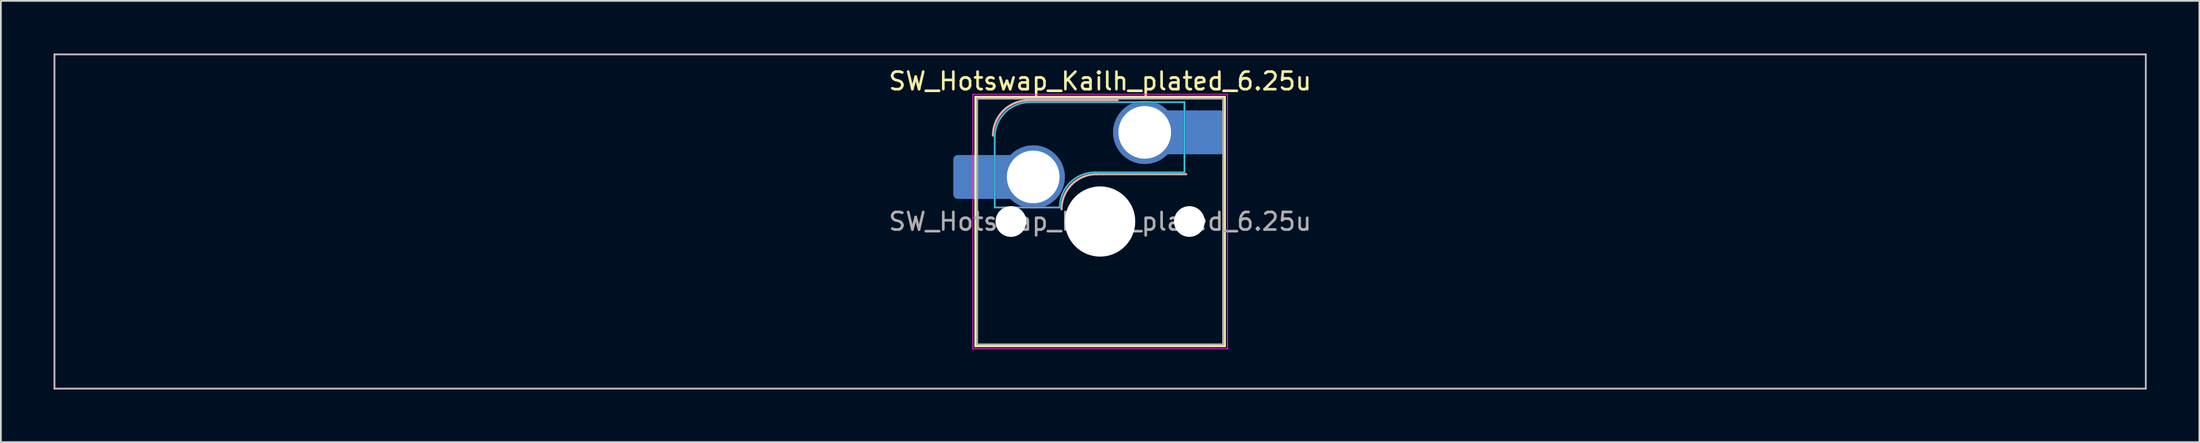
<source format=kicad_pcb>
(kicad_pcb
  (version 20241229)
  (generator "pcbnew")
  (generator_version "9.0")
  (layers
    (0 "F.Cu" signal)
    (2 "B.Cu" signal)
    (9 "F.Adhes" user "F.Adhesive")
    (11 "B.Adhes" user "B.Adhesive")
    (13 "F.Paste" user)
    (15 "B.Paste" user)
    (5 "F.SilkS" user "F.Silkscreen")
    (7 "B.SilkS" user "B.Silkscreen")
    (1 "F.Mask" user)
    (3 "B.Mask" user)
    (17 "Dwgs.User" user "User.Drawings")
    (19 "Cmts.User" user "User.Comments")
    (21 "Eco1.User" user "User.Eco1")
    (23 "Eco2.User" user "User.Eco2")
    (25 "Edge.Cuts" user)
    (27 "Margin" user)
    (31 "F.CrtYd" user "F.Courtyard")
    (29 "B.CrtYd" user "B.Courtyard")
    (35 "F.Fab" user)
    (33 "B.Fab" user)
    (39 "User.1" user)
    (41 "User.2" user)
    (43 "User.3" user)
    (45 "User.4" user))
  (footprint "SW_Hotswap_Kailh_plated_6.25u"
    (layer "F.Cu")
    (at 59.581 9.575)
    (property "Reference" "SW_Hotswap_Kailh_plated_6.25u" (at 0 -8 0) (layer "F.SilkS") (effects (font (size 1 1) (thickness 0.15))))
    (attr smd)
    (fp_line (start -7.1 -7.1) (end -7.1 7.1) (stroke (width 0.12) (type solid)) (layer "F.SilkS"))
    (fp_line (start -7.1 7.1) (end 7.1 7.1) (stroke (width 0.12) (type solid)) (layer "F.SilkS"))
    (fp_line (start 7.1 -7.1) (end -7.1 -7.1) (stroke (width 0.12) (type solid)) (layer "F.SilkS"))
    (fp_line (start 7.1 7.1) (end 7.1 -7.1) (stroke (width 0.12) (type solid)) (layer "F.SilkS"))
    (fp_line (start -4.1 -6.9) (end 1 -6.9) (stroke (width 0.12) (type solid)) (layer "B.SilkS"))
    (fp_line (start -0.2 -2.7) (end 4.9 -2.7) (stroke (width 0.12) (type solid)) (layer "B.SilkS"))
    (fp_arc (start -6.1 -4.9) (mid -5.514214 -6.314214) (end -4.1 -6.9) (stroke (width 0.12) (type solid)) (layer "B.SilkS"))
    (fp_arc (start -2.2 -0.7) (mid -1.614214 -2.114214) (end -0.2 -2.7) (stroke (width 0.12) (type solid)) (layer "B.SilkS"))
    (fp_line (start -59.531 -9.525) (end -59.531 9.525) (stroke (width 0.1) (type solid)) (layer "Dwgs.User"))
    (fp_line (start -59.531 9.525) (end 59.531 9.525) (stroke (width 0.1) (type solid)) (layer "Dwgs.User"))
    (fp_line (start 59.531 -9.525) (end -59.531 -9.525) (stroke (width 0.1) (type solid)) (layer "Dwgs.User"))
    (fp_line (start 59.531 9.525) (end 59.531 -9.525) (stroke (width 0.1) (type solid)) (layer "Dwgs.User"))
    (fp_line (start -7.8 -6) (end -7 -6) (stroke (width 0.1) (type solid)) (layer "Eco1.User"))
    (fp_line (start -7.8 -2.9) (end -7.8 -6) (stroke (width 0.1) (type solid)) (layer "Eco1.User"))
    (fp_line (start -7.8 2.9) (end -7 2.9) (stroke (width 0.1) (type solid)) (layer "Eco1.User"))
    (fp_line (start -7.8 6) (end -7.8 2.9) (stroke (width 0.1) (type solid)) (layer "Eco1.User"))
    (fp_line (start -7 -7) (end 7 -7) (stroke (width 0.1) (type solid)) (layer "Eco1.User"))
    (fp_line (start -7 -6) (end -7 -7) (stroke (width 0.1) (type solid)) (layer "Eco1.User"))
    (fp_line (start -7 -2.9) (end -7.8 -2.9) (stroke (width 0.1) (type solid)) (layer "Eco1.User"))
    (fp_line (start -7 2.9) (end -7 -2.9) (stroke (width 0.1) (type solid)) (layer "Eco1.User"))
    (fp_line (start -7 6) (end -7.8 6) (stroke (width 0.1) (type solid)) (layer "Eco1.User"))
    (fp_line (start -7 7) (end -7 6) (stroke (width 0.1) (type solid)) (layer "Eco1.User"))
    (fp_line (start 7 -7) (end 7 -6) (stroke (width 0.1) (type solid)) (layer "Eco1.User"))
    (fp_line (start 7 -6) (end 7.8 -6) (stroke (width 0.1) (type solid)) (layer "Eco1.User"))
    (fp_line (start 7 -2.9) (end 7 2.9) (stroke (width 0.1) (type solid)) (layer "Eco1.User"))
    (fp_line (start 7 2.9) (end 7.8 2.9) (stroke (width 0.1) (type solid)) (layer "Eco1.User"))
    (fp_line (start 7 6) (end 7 7) (stroke (width 0.1) (type solid)) (layer "Eco1.User"))
    (fp_line (start 7 7) (end -7 7) (stroke (width 0.1) (type solid)) (layer "Eco1.User"))
    (fp_line (start 7.8 -6) (end 7.8 -2.9) (stroke (width 0.1) (type solid)) (layer "Eco1.User"))
    (fp_line (start 7.8 -2.9) (end 7 -2.9) (stroke (width 0.1) (type solid)) (layer "Eco1.User"))
    (fp_line (start 7.8 2.9) (end 7.8 6) (stroke (width 0.1) (type solid)) (layer "Eco1.User"))
    (fp_line (start 7.8 6) (end 7 6) (stroke (width 0.1) (type solid)) (layer "Eco1.User"))
    (fp_line (start -6 -0.8) (end -6 -4.8) (stroke (width 0.05) (type solid)) (layer "B.CrtYd"))
    (fp_line (start -6 -0.8) (end -2.3 -0.8) (stroke (width 0.05) (type solid)) (layer "B.CrtYd"))
    (fp_line (start -4 -6.8) (end 4.8 -6.8) (stroke (width 0.05) (type solid)) (layer "B.CrtYd"))
    (fp_line (start -0.3 -2.8) (end 4.8 -2.8) (stroke (width 0.05) (type solid)) (layer "B.CrtYd"))
    (fp_line (start 4.8 -6.8) (end 4.8 -2.8) (stroke (width 0.05) (type solid)) (layer "B.CrtYd"))
    (fp_arc (start -6 -4.8) (mid -5.414214 -6.214214) (end -4 -6.8) (stroke (width 0.05) (type solid)) (layer "B.CrtYd"))
    (fp_arc (start -2.3 -0.8) (mid -1.714214 -2.214214) (end -0.3 -2.8) (stroke (width 0.05) (type solid)) (layer "B.CrtYd"))
    (fp_line (start -7.25 -7.25) (end -7.25 7.25) (stroke (width 0.05) (type solid)) (layer "F.CrtYd"))
    (fp_line (start -7.25 7.25) (end 7.25 7.25) (stroke (width 0.05) (type solid)) (layer "F.CrtYd"))
    (fp_line (start 7.25 -7.25) (end -7.25 -7.25) (stroke (width 0.05) (type solid)) (layer "F.CrtYd"))
    (fp_line (start 7.25 7.25) (end 7.25 -7.25) (stroke (width 0.05) (type solid)) (layer "F.CrtYd"))
    (fp_line (start -6 -0.8) (end -6 -4.8) (stroke (width 0.12) (type solid)) (layer "B.Fab"))
    (fp_line (start -6 -0.8) (end -2.3 -0.8) (stroke (width 0.12) (type solid)) (layer "B.Fab"))
    (fp_line (start -4 -6.8) (end 4.8 -6.8) (stroke (width 0.12) (type solid)) (layer "B.Fab"))
    (fp_line (start -0.3 -2.8) (end 4.8 -2.8) (stroke (width 0.12) (type solid)) (layer "B.Fab"))
    (fp_line (start 4.8 -6.8) (end 4.8 -2.8) (stroke (width 0.12) (type solid)) (layer "B.Fab"))
    (fp_arc (start -6 -4.8) (mid -5.414214 -6.214214) (end -4 -6.8) (stroke (width 0.12) (type solid)) (layer "B.Fab"))
    (fp_arc (start -2.3 -0.8) (mid -1.714214 -2.214214) (end -0.3 -2.8) (stroke (width 0.12) (type solid)) (layer "B.Fab"))
    (fp_line (start -7 -7) (end -7 7) (stroke (width 0.1) (type solid)) (layer "F.Fab"))
    (fp_line (start -7 7) (end 7 7) (stroke (width 0.1) (type solid)) (layer "F.Fab"))
    (fp_line (start 7 -7) (end -7 -7) (stroke (width 0.1) (type solid)) (layer "F.Fab"))
    (fp_line (start 7 7) (end 7 -7) (stroke (width 0.1) (type solid)) (layer "F.Fab"))
    (fp_text user "${REFERENCE}" (at 0 0 0) (layer "F.Fab") (effects (font (size 1 1) (thickness 0.15))))
    (pad "" smd roundrect (at -7.085 -2.54) (size 2.55 2.5) (layers "B.Mask" "B.Paste") (roundrect_rratio 0.1))
    (pad "" np_thru_hole circle (at -5.08 0) (size 1.75 1.75) (drill 1.75) (layers "*.Cu" "*.Mask"))
    (pad "" np_thru_hole circle (at 0 0) (size 4 4) (drill 4) (layers "*.Cu" "*.Mask"))
    (pad "" np_thru_hole circle (at 5.08 0) (size 1.75 1.75) (drill 1.75) (layers "*.Cu" "*.Mask"))
    (pad "" smd roundrect (at 5.842 -5.08) (size 2.55 2.5) (layers "B.Mask" "B.Paste") (roundrect_rratio 0.1))
    (pad "1" smd roundrect (at -6.585 -2.54) (size 3.55 2.5) (layers "B.Cu") (roundrect_rratio 0.1))
    (pad "1" thru_hole circle (at -3.81 -2.54) (size 3.6 3.6) (drill 3) (layers "*.Cu" "B.Mask"))
    (pad "2" thru_hole circle (at 2.54 -5.08) (size 3.6 3.6) (drill 3) (layers "*.Cu" "B.Mask"))
    (pad "2" smd roundrect (at 5.32 -5.08) (size 3.55 2.5) (layers "B.Cu") (roundrect_rratio 0.1)))
  (gr_rect
    (start -3 -3)
    (end 122.162 22.15)
    (stroke (width 0.1) (type default))
    (fill no)
    (layer "Edge.Cuts")))
</source>
